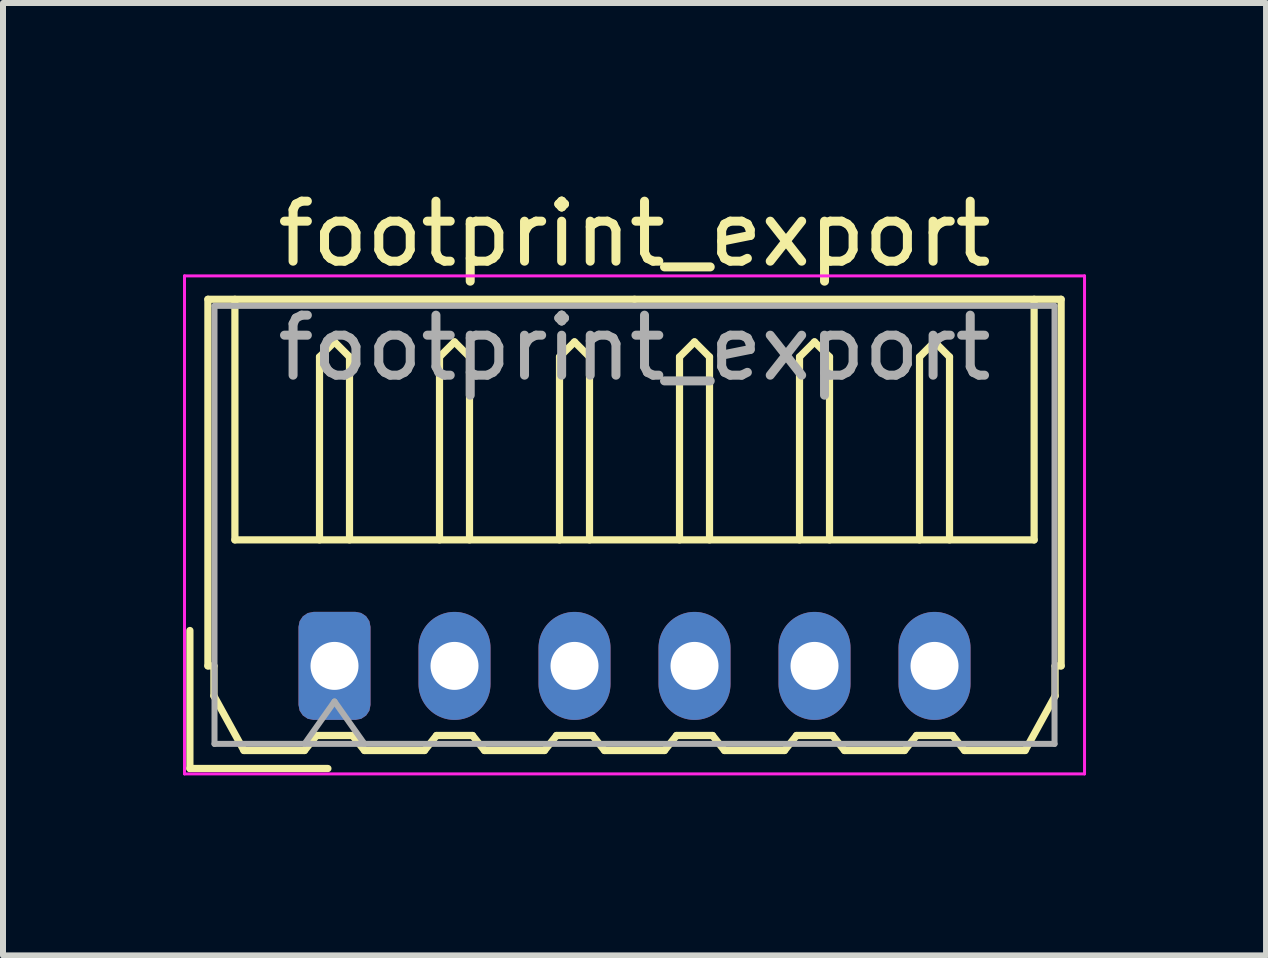
<source format=kicad_pcb>
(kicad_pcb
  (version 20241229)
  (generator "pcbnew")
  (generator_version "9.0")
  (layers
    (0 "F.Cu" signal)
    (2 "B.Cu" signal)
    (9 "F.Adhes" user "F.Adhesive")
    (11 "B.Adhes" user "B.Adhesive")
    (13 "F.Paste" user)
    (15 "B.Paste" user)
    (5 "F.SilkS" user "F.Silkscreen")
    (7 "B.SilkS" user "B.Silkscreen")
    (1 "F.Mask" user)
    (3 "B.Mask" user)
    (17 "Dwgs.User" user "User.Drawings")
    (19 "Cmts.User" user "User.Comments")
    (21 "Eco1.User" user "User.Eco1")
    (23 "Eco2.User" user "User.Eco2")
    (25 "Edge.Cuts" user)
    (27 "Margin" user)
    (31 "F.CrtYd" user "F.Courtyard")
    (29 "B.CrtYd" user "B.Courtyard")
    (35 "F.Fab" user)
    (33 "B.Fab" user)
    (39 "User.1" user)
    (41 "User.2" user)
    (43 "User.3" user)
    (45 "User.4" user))
  (footprint "footprint_export"
    (layer "F.Cu")
    (at 2.525 8.048)
    (property "Reference" "footprint_export" (at 5 -7.2 0) (layer "F.SilkS") (effects (font (size 1 1) (thickness 0.15))))
    (attr through_hole)
    (fp_line (start -2.41 1.71) (end -2.41 -0.59) (stroke (width 0.12) (type solid)) (layer "F.SilkS"))
    (fp_line (start -2.11 -6.11) (end 5 -6.11) (stroke (width 0.12) (type solid)) (layer "F.SilkS"))
    (fp_line (start -2.11 0) (end -2.11 -6.11) (stroke (width 0.12) (type solid)) (layer "F.SilkS"))
    (fp_line (start -2.01 0) (end -2.11 0) (stroke (width 0.12) (type solid)) (layer "F.SilkS"))
    (fp_line (start -2.01 0.5) (end -2.01 0) (stroke (width 0.12) (type solid)) (layer "F.SilkS"))
    (fp_line (start -1.66 -6.11) (end -1.66 -2.1) (stroke (width 0.12) (type solid)) (layer "F.SilkS"))
    (fp_line (start -1.66 -2.1) (end 11.66 -2.1) (stroke (width 0.12) (type solid)) (layer "F.SilkS"))
    (fp_line (start -1.51 1.41) (end -2.01 0.5) (stroke (width 0.12) (type solid)) (layer "F.SilkS"))
    (fp_line (start -0.5 1.41) (end -1.51 1.41) (stroke (width 0.12) (type solid)) (layer "F.SilkS"))
    (fp_line (start -0.3 1.16) (end -0.5 1.41) (stroke (width 0.12) (type solid)) (layer "F.SilkS"))
    (fp_line (start -0.3 1.16) (end 0.3 1.16) (stroke (width 0.12) (type solid)) (layer "F.SilkS"))
    (fp_line (start -0.25 -5.15) (end 0 -5.4) (stroke (width 0.12) (type solid)) (layer "F.SilkS"))
    (fp_line (start -0.25 -2.1) (end -0.25 -5.15) (stroke (width 0.12) (type solid)) (layer "F.SilkS"))
    (fp_line (start -0.11 1.71) (end -2.41 1.71) (stroke (width 0.12) (type solid)) (layer "F.SilkS"))
    (fp_line (start 0 -5.4) (end 0.25 -5.15) (stroke (width 0.12) (type solid)) (layer "F.SilkS"))
    (fp_line (start 0.25 -5.15) (end 0.25 -2.1) (stroke (width 0.12) (type solid)) (layer "F.SilkS"))
    (fp_line (start 0.3 1.16) (end 0.5 1.41) (stroke (width 0.12) (type solid)) (layer "F.SilkS"))
    (fp_line (start 0.5 1.41) (end 1.5 1.41) (stroke (width 0.12) (type solid)) (layer "F.SilkS"))
    (fp_line (start 1.5 1.41) (end 1.7 1.16) (stroke (width 0.12) (type solid)) (layer "F.SilkS"))
    (fp_line (start 1.7 1.16) (end 2.3 1.16) (stroke (width 0.12) (type solid)) (layer "F.SilkS"))
    (fp_line (start 1.75 -5.15) (end 2 -5.4) (stroke (width 0.12) (type solid)) (layer "F.SilkS"))
    (fp_line (start 1.75 -2.1) (end 1.75 -5.15) (stroke (width 0.12) (type solid)) (layer "F.SilkS"))
    (fp_line (start 2 -5.4) (end 2.25 -5.15) (stroke (width 0.12) (type solid)) (layer "F.SilkS"))
    (fp_line (start 2.25 -5.15) (end 2.25 -2.1) (stroke (width 0.12) (type solid)) (layer "F.SilkS"))
    (fp_line (start 2.3 1.16) (end 2.5 1.41) (stroke (width 0.12) (type solid)) (layer "F.SilkS"))
    (fp_line (start 2.5 1.41) (end 3.5 1.41) (stroke (width 0.12) (type solid)) (layer "F.SilkS"))
    (fp_line (start 3.5 1.41) (end 3.7 1.16) (stroke (width 0.12) (type solid)) (layer "F.SilkS"))
    (fp_line (start 3.7 1.16) (end 4.3 1.16) (stroke (width 0.12) (type solid)) (layer "F.SilkS"))
    (fp_line (start 3.75 -5.15) (end 4 -5.4) (stroke (width 0.12) (type solid)) (layer "F.SilkS"))
    (fp_line (start 3.75 -2.1) (end 3.75 -5.15) (stroke (width 0.12) (type solid)) (layer "F.SilkS"))
    (fp_line (start 4 -5.4) (end 4.25 -5.15) (stroke (width 0.12) (type solid)) (layer "F.SilkS"))
    (fp_line (start 4.25 -5.15) (end 4.25 -2.1) (stroke (width 0.12) (type solid)) (layer "F.SilkS"))
    (fp_line (start 4.3 1.16) (end 4.5 1.41) (stroke (width 0.12) (type solid)) (layer "F.SilkS"))
    (fp_line (start 4.5 1.41) (end 5.5 1.41) (stroke (width 0.12) (type solid)) (layer "F.SilkS"))
    (fp_line (start 5.5 1.41) (end 5.7 1.16) (stroke (width 0.12) (type solid)) (layer "F.SilkS"))
    (fp_line (start 5.7 1.16) (end 6.3 1.16) (stroke (width 0.12) (type solid)) (layer "F.SilkS"))
    (fp_line (start 5.75 -5.15) (end 6 -5.4) (stroke (width 0.12) (type solid)) (layer "F.SilkS"))
    (fp_line (start 5.75 -2.1) (end 5.75 -5.15) (stroke (width 0.12) (type solid)) (layer "F.SilkS"))
    (fp_line (start 6 -5.4) (end 6.25 -5.15) (stroke (width 0.12) (type solid)) (layer "F.SilkS"))
    (fp_line (start 6.25 -5.15) (end 6.25 -2.1) (stroke (width 0.12) (type solid)) (layer "F.SilkS"))
    (fp_line (start 6.3 1.16) (end 6.5 1.41) (stroke (width 0.12) (type solid)) (layer "F.SilkS"))
    (fp_line (start 6.5 1.41) (end 7.5 1.41) (stroke (width 0.12) (type solid)) (layer "F.SilkS"))
    (fp_line (start 7.5 1.41) (end 7.7 1.16) (stroke (width 0.12) (type solid)) (layer "F.SilkS"))
    (fp_line (start 7.7 1.16) (end 8.3 1.16) (stroke (width 0.12) (type solid)) (layer "F.SilkS"))
    (fp_line (start 7.75 -5.15) (end 8 -5.4) (stroke (width 0.12) (type solid)) (layer "F.SilkS"))
    (fp_line (start 7.75 -2.1) (end 7.75 -5.15) (stroke (width 0.12) (type solid)) (layer "F.SilkS"))
    (fp_line (start 8 -5.4) (end 8.25 -5.15) (stroke (width 0.12) (type solid)) (layer "F.SilkS"))
    (fp_line (start 8.25 -5.15) (end 8.25 -2.1) (stroke (width 0.12) (type solid)) (layer "F.SilkS"))
    (fp_line (start 8.3 1.16) (end 8.5 1.41) (stroke (width 0.12) (type solid)) (layer "F.SilkS"))
    (fp_line (start 8.5 1.41) (end 9.5 1.41) (stroke (width 0.12) (type solid)) (layer "F.SilkS"))
    (fp_line (start 9.5 1.41) (end 9.7 1.16) (stroke (width 0.12) (type solid)) (layer "F.SilkS"))
    (fp_line (start 9.7 1.16) (end 10.3 1.16) (stroke (width 0.12) (type solid)) (layer "F.SilkS"))
    (fp_line (start 9.75 -5.15) (end 10 -5.4) (stroke (width 0.12) (type solid)) (layer "F.SilkS"))
    (fp_line (start 9.75 -2.1) (end 9.75 -5.15) (stroke (width 0.12) (type solid)) (layer "F.SilkS"))
    (fp_line (start 10 -5.4) (end 10.25 -5.15) (stroke (width 0.12) (type solid)) (layer "F.SilkS"))
    (fp_line (start 10.25 -5.15) (end 10.25 -2.1) (stroke (width 0.12) (type solid)) (layer "F.SilkS"))
    (fp_line (start 10.3 1.16) (end 10.5 1.41) (stroke (width 0.12) (type solid)) (layer "F.SilkS"))
    (fp_line (start 10.5 1.41) (end 11.51 1.41) (stroke (width 0.12) (type solid)) (layer "F.SilkS"))
    (fp_line (start 11.51 1.41) (end 12.01 0.5) (stroke (width 0.12) (type solid)) (layer "F.SilkS"))
    (fp_line (start 11.66 -2.1) (end 11.66 -6.11) (stroke (width 0.12) (type solid)) (layer "F.SilkS"))
    (fp_line (start 12.01 0) (end 12.11 0) (stroke (width 0.12) (type solid)) (layer "F.SilkS"))
    (fp_line (start 12.01 0.5) (end 12.01 0) (stroke (width 0.12) (type solid)) (layer "F.SilkS"))
    (fp_line (start 12.11 -6.11) (end 5 -6.11) (stroke (width 0.12) (type solid)) (layer "F.SilkS"))
    (fp_line (start 12.11 0) (end 12.11 -6.11) (stroke (width 0.12) (type solid)) (layer "F.SilkS"))
    (fp_line (start -2.5 -6.5) (end -2.5 1.8) (stroke (width 0.05) (type solid)) (layer "F.CrtYd"))
    (fp_line (start -2.5 1.8) (end 12.5 1.8) (stroke (width 0.05) (type solid)) (layer "F.CrtYd"))
    (fp_line (start 12.5 -6.5) (end -2.5 -6.5) (stroke (width 0.05) (type solid)) (layer "F.CrtYd"))
    (fp_line (start 12.5 1.8) (end 12.5 -6.5) (stroke (width 0.05) (type solid)) (layer "F.CrtYd"))
    (fp_line (start -2 -6) (end -2 1.3) (stroke (width 0.1) (type solid)) (layer "F.Fab"))
    (fp_line (start -2 1.3) (end 12 1.3) (stroke (width 0.1) (type solid)) (layer "F.Fab"))
    (fp_line (start -0.5 1.3) (end 0 0.593) (stroke (width 0.1) (type solid)) (layer "F.Fab"))
    (fp_line (start 0 0.593) (end 0.5 1.3) (stroke (width 0.1) (type solid)) (layer "F.Fab"))
    (fp_line (start 12 -6) (end -2 -6) (stroke (width 0.1) (type solid)) (layer "F.Fab"))
    (fp_line (start 12 1.3) (end 12 -6) (stroke (width 0.1) (type solid)) (layer "F.Fab"))
    (fp_text user "${REFERENCE}" (at 5 -5.3 0) (layer "F.Fab") (effects (font (size 1 1) (thickness 0.15))))
    (pad "1" thru_hole roundrect (at 0 0) (size 1.2 1.8) (drill 0.8) (layers "*.Cu" "*.Mask") (roundrect_rratio 0.208))
    (pad "2" thru_hole oval (at 2 0) (size 1.2 1.8) (drill 0.8) (layers "*.Cu" "*.Mask"))
    (pad "3" thru_hole oval (at 4 0) (size 1.2 1.8) (drill 0.8) (layers "*.Cu" "*.Mask"))
    (pad "4" thru_hole oval (at 6 0) (size 1.2 1.8) (drill 0.8) (layers "*.Cu" "*.Mask"))
    (pad "5" thru_hole oval (at 8 0) (size 1.2 1.8) (drill 0.8) (layers "*.Cu" "*.Mask"))
    (pad "6" thru_hole oval (at 10 0) (size 1.2 1.8) (drill 0.8) (layers "*.Cu" "*.Mask")))
  (gr_rect
    (start -3 -3)
    (end 18.05 12.873)
    (stroke (width 0.1) (type default))
    (fill no)
    (layer "Edge.Cuts")))
</source>
